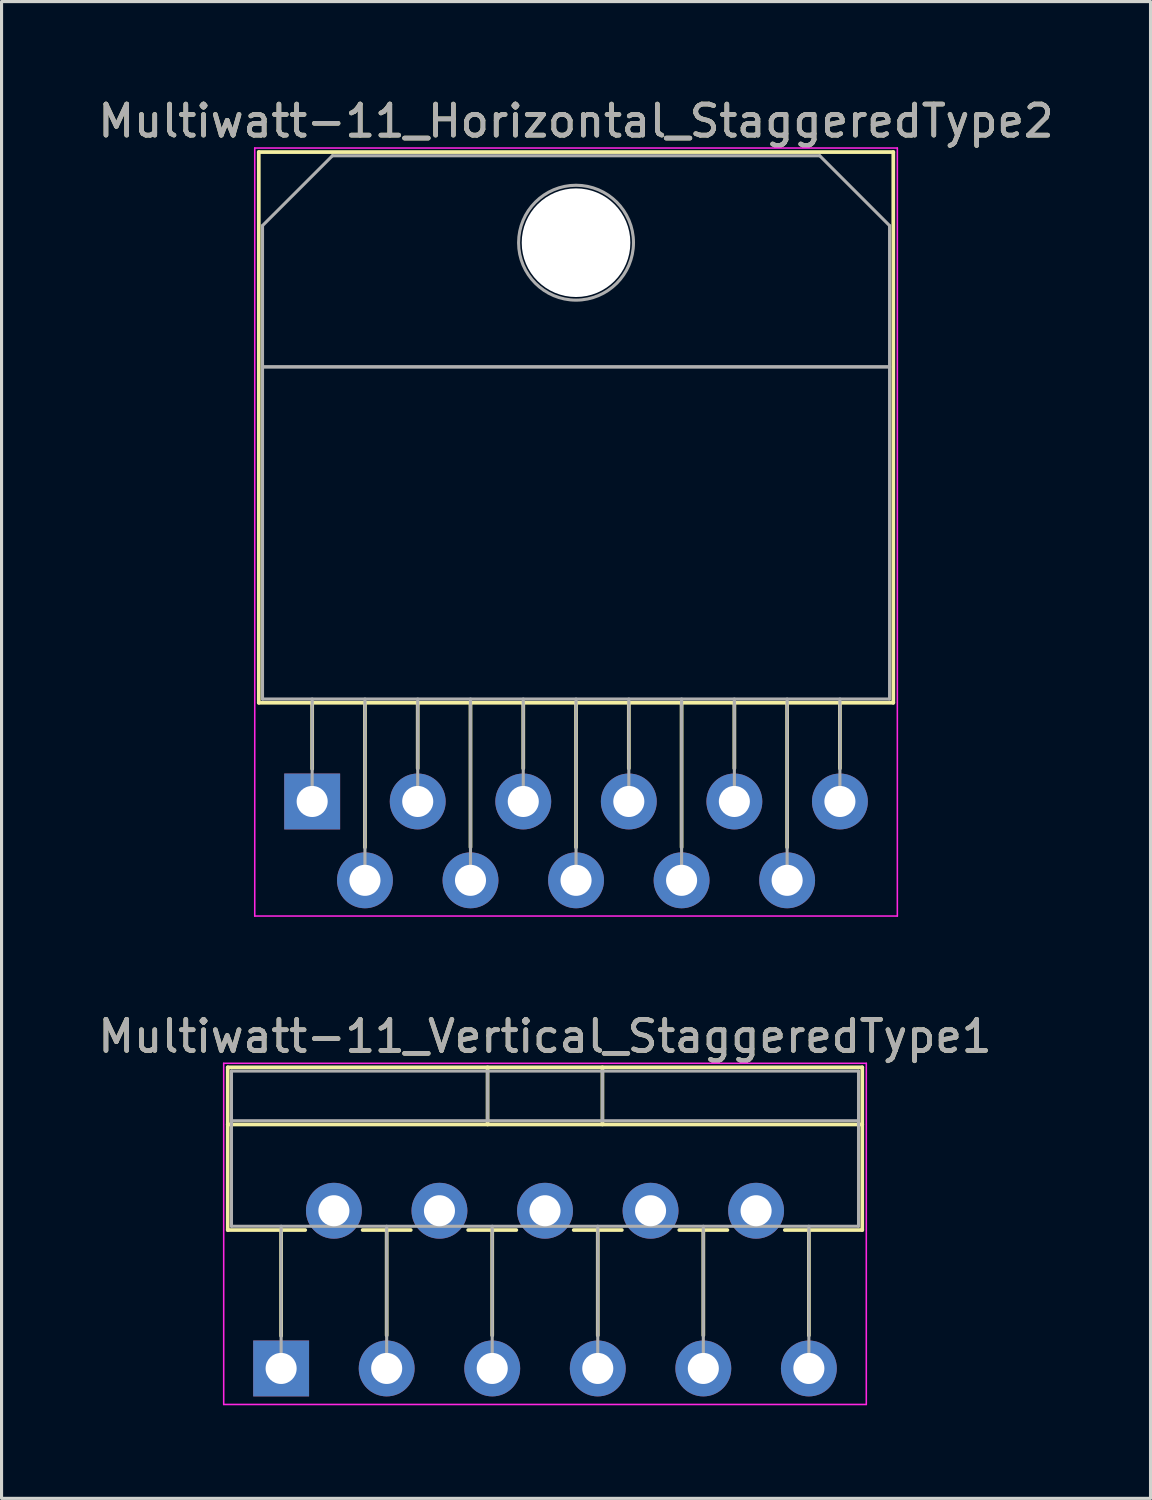
<source format=kicad_pcb>
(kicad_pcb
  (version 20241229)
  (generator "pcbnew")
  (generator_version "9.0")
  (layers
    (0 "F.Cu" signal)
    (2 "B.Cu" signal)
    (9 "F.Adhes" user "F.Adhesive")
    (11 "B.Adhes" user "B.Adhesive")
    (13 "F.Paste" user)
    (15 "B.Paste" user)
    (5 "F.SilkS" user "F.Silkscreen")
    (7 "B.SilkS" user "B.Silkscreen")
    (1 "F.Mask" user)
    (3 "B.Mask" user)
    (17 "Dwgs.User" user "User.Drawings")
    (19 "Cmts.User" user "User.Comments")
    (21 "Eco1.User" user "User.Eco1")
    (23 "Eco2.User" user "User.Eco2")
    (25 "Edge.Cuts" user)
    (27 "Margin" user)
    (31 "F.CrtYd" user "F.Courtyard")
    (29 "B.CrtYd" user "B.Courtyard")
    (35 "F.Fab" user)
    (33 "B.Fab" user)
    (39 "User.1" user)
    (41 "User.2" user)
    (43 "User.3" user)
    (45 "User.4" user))
  (footprint "Multiwatt-11_Vertical_StaggeredType1"
    (layer "F.Cu")
    (at 6.006 41.032)
    (property "Reference" "Multiwatt-11_Vertical_StaggeredType1" (at 8.5 -10.7 0) (layer "F.SilkS") (effects (font (size 1 1) (thickness 0.15))))
    (attr through_hole)
    (fp_line (start -1.72 -9.7) (end -1.72 -4.459) (stroke (width 0.12) (type solid)) (layer "F.SilkS"))
    (fp_line (start -1.72 -9.7) (end 18.72 -9.7) (stroke (width 0.12) (type solid)) (layer "F.SilkS"))
    (fp_line (start -1.72 -7.86) (end 18.72 -7.86) (stroke (width 0.12) (type solid)) (layer "F.SilkS"))
    (fp_line (start -1.72 -4.459) (end 0.776 -4.459) (stroke (width 0.12) (type solid)) (layer "F.SilkS"))
    (fp_line (start 0 -4.459) (end 0 -1.05) (stroke (width 0.12) (type solid)) (layer "F.SilkS"))
    (fp_line (start 2.625 -4.459) (end 4.176 -4.459) (stroke (width 0.12) (type solid)) (layer "F.SilkS"))
    (fp_line (start 3.4 -4.459) (end 3.4 -1.065) (stroke (width 0.12) (type solid)) (layer "F.SilkS"))
    (fp_line (start 6.025 -4.459) (end 7.576 -4.459) (stroke (width 0.12) (type solid)) (layer "F.SilkS"))
    (fp_line (start 6.65 -9.7) (end 6.65 -7.86) (stroke (width 0.12) (type solid)) (layer "F.SilkS"))
    (fp_line (start 6.8 -4.459) (end 6.8 -1.065) (stroke (width 0.12) (type solid)) (layer "F.SilkS"))
    (fp_line (start 9.425 -4.459) (end 10.976 -4.459) (stroke (width 0.12) (type solid)) (layer "F.SilkS"))
    (fp_line (start 10.2 -4.459) (end 10.2 -1.065) (stroke (width 0.12) (type solid)) (layer "F.SilkS"))
    (fp_line (start 10.35 -9.7) (end 10.35 -7.86) (stroke (width 0.12) (type solid)) (layer "F.SilkS"))
    (fp_line (start 12.825 -4.459) (end 14.376 -4.459) (stroke (width 0.12) (type solid)) (layer "F.SilkS"))
    (fp_line (start 13.6 -4.459) (end 13.6 -1.065) (stroke (width 0.12) (type solid)) (layer "F.SilkS"))
    (fp_line (start 16.225 -4.459) (end 18.72 -4.459) (stroke (width 0.12) (type solid)) (layer "F.SilkS"))
    (fp_line (start 17 -4.459) (end 17 -1.065) (stroke (width 0.12) (type solid)) (layer "F.SilkS"))
    (fp_line (start 18.72 -9.7) (end 18.72 -4.459) (stroke (width 0.12) (type solid)) (layer "F.SilkS"))
    (fp_line (start -1.85 -9.83) (end -1.85 1.16) (stroke (width 0.05) (type solid)) (layer "F.CrtYd"))
    (fp_line (start -1.85 1.16) (end 18.85 1.16) (stroke (width 0.05) (type solid)) (layer "F.CrtYd"))
    (fp_line (start 18.85 -9.83) (end -1.85 -9.83) (stroke (width 0.05) (type solid)) (layer "F.CrtYd"))
    (fp_line (start 18.85 1.16) (end 18.85 -9.83) (stroke (width 0.05) (type solid)) (layer "F.CrtYd"))
    (fp_line (start -1.6 -9.58) (end -1.6 -4.58) (stroke (width 0.1) (type solid)) (layer "F.Fab"))
    (fp_line (start -1.6 -7.98) (end 18.6 -7.98) (stroke (width 0.1) (type solid)) (layer "F.Fab"))
    (fp_line (start -1.6 -4.58) (end 18.6 -4.58) (stroke (width 0.1) (type solid)) (layer "F.Fab"))
    (fp_line (start 0 -4.58) (end 0 0) (stroke (width 0.1) (type solid)) (layer "F.Fab"))
    (fp_line (start 3.4 -4.58) (end 3.4 0) (stroke (width 0.1) (type solid)) (layer "F.Fab"))
    (fp_line (start 6.65 -9.58) (end 6.65 -7.98) (stroke (width 0.1) (type solid)) (layer "F.Fab"))
    (fp_line (start 6.8 -4.58) (end 6.8 0) (stroke (width 0.1) (type solid)) (layer "F.Fab"))
    (fp_line (start 10.2 -4.58) (end 10.2 0) (stroke (width 0.1) (type solid)) (layer "F.Fab"))
    (fp_line (start 10.35 -9.58) (end 10.35 -7.98) (stroke (width 0.1) (type solid)) (layer "F.Fab"))
    (fp_line (start 13.6 -4.58) (end 13.6 0) (stroke (width 0.1) (type solid)) (layer "F.Fab"))
    (fp_line (start 17 -4.58) (end 17 0) (stroke (width 0.1) (type solid)) (layer "F.Fab"))
    (fp_line (start 18.6 -9.58) (end -1.6 -9.58) (stroke (width 0.1) (type solid)) (layer "F.Fab"))
    (fp_line (start 18.6 -4.58) (end 18.6 -9.58) (stroke (width 0.1) (type solid)) (layer "F.Fab"))
    (fp_text user "${REFERENCE}" (at 8.5 -10.7 0) (layer "F.Fab") (effects (font (size 1 1) (thickness 0.15))))
    (pad "1" thru_hole rect (at 0 0) (size 1.8 1.8) (drill 1) (layers "*.Cu" "*.Mask"))
    (pad "2" thru_hole oval (at 1.7 -5.08) (size 1.8 1.8) (drill 1) (layers "*.Cu" "*.Mask"))
    (pad "3" thru_hole oval (at 3.4 0) (size 1.8 1.8) (drill 1) (layers "*.Cu" "*.Mask"))
    (pad "4" thru_hole oval (at 5.1 -5.08) (size 1.8 1.8) (drill 1) (layers "*.Cu" "*.Mask"))
    (pad "5" thru_hole oval (at 6.8 0) (size 1.8 1.8) (drill 1) (layers "*.Cu" "*.Mask"))
    (pad "6" thru_hole oval (at 8.5 -5.08) (size 1.8 1.8) (drill 1) (layers "*.Cu" "*.Mask"))
    (pad "7" thru_hole oval (at 10.2 0) (size 1.8 1.8) (drill 1) (layers "*.Cu" "*.Mask"))
    (pad "8" thru_hole oval (at 11.9 -5.08) (size 1.8 1.8) (drill 1) (layers "*.Cu" "*.Mask"))
    (pad "9" thru_hole oval (at 13.6 0) (size 1.8 1.8) (drill 1) (layers "*.Cu" "*.Mask"))
    (pad "10" thru_hole oval (at 15.3 -5.08) (size 1.8 1.8) (drill 1) (layers "*.Cu" "*.Mask"))
    (pad "11" thru_hole oval (at 17 0) (size 1.8 1.8) (drill 1) (layers "*.Cu" "*.Mask")))
  (footprint "Multiwatt-11_Horizontal_StaggeredType2"
    (layer "F.Cu")
    (at 7.006 22.768)
    (property "Reference" "Multiwatt-11_Horizontal_StaggeredType2" (at 8.5 -21.92 0) (layer "F.SilkS") (effects (font (size 1 1) (thickness 0.15))))
    (attr through_hole)
    (fp_line (start -1.72 -20.92) (end -1.72 -3.18) (stroke (width 0.12) (type solid)) (layer "F.SilkS"))
    (fp_line (start -1.72 -20.92) (end 18.72 -20.92) (stroke (width 0.12) (type solid)) (layer "F.SilkS"))
    (fp_line (start -1.72 -3.18) (end 18.72 -3.18) (stroke (width 0.12) (type solid)) (layer "F.SilkS"))
    (fp_line (start 0 -3.18) (end 0 -1.05) (stroke (width 0.12) (type solid)) (layer "F.SilkS"))
    (fp_line (start 1.7 -3.18) (end 1.7 1.475) (stroke (width 0.12) (type solid)) (layer "F.SilkS"))
    (fp_line (start 3.4 -3.18) (end 3.4 -1.066) (stroke (width 0.12) (type solid)) (layer "F.SilkS"))
    (fp_line (start 5.1 -3.18) (end 5.1 1.475) (stroke (width 0.12) (type solid)) (layer "F.SilkS"))
    (fp_line (start 6.8 -3.18) (end 6.8 -1.066) (stroke (width 0.12) (type solid)) (layer "F.SilkS"))
    (fp_line (start 8.5 -3.18) (end 8.5 1.475) (stroke (width 0.12) (type solid)) (layer "F.SilkS"))
    (fp_line (start 10.2 -3.18) (end 10.2 -1.066) (stroke (width 0.12) (type solid)) (layer "F.SilkS"))
    (fp_line (start 11.9 -3.18) (end 11.9 1.475) (stroke (width 0.12) (type solid)) (layer "F.SilkS"))
    (fp_line (start 13.6 -3.18) (end 13.6 -1.066) (stroke (width 0.12) (type solid)) (layer "F.SilkS"))
    (fp_line (start 15.3 -3.18) (end 15.3 1.475) (stroke (width 0.12) (type solid)) (layer "F.SilkS"))
    (fp_line (start 17 -3.18) (end 17 -1.066) (stroke (width 0.12) (type solid)) (layer "F.SilkS"))
    (fp_line (start 18.72 -20.92) (end 18.72 -3.18) (stroke (width 0.12) (type solid)) (layer "F.SilkS"))
    (fp_line (start -1.85 -21.05) (end -1.85 3.69) (stroke (width 0.05) (type solid)) (layer "F.CrtYd"))
    (fp_line (start -1.85 3.69) (end 18.85 3.69) (stroke (width 0.05) (type solid)) (layer "F.CrtYd"))
    (fp_line (start 18.85 -21.05) (end -1.85 -21.05) (stroke (width 0.05) (type solid)) (layer "F.CrtYd"))
    (fp_line (start 18.85 3.69) (end 18.85 -21.05) (stroke (width 0.05) (type solid)) (layer "F.CrtYd"))
    (fp_line (start -1.6 -18.55) (end 0.651 -20.8) (stroke (width 0.1) (type solid)) (layer "F.Fab"))
    (fp_line (start -1.6 -14) (end -1.6 -18.55) (stroke (width 0.1) (type solid)) (layer "F.Fab"))
    (fp_line (start -1.6 -14) (end 18.6 -14) (stroke (width 0.1) (type solid)) (layer "F.Fab"))
    (fp_line (start -1.6 -3.3) (end -1.6 -14) (stroke (width 0.1) (type solid)) (layer "F.Fab"))
    (fp_line (start 0 -3.3) (end 0 0) (stroke (width 0.1) (type solid)) (layer "F.Fab"))
    (fp_line (start 0.651 -20.8) (end 16.351 -20.8) (stroke (width 0.1) (type solid)) (layer "F.Fab"))
    (fp_line (start 1.7 -3.3) (end 1.7 2.54) (stroke (width 0.1) (type solid)) (layer "F.Fab"))
    (fp_line (start 3.4 -3.3) (end 3.4 0) (stroke (width 0.1) (type solid)) (layer "F.Fab"))
    (fp_line (start 5.1 -3.3) (end 5.1 2.54) (stroke (width 0.1) (type solid)) (layer "F.Fab"))
    (fp_line (start 6.8 -3.3) (end 6.8 0) (stroke (width 0.1) (type solid)) (layer "F.Fab"))
    (fp_line (start 8.5 -3.3) (end 8.5 2.54) (stroke (width 0.1) (type solid)) (layer "F.Fab"))
    (fp_line (start 10.2 -3.3) (end 10.2 0) (stroke (width 0.1) (type solid)) (layer "F.Fab"))
    (fp_line (start 11.9 -3.3) (end 11.9 2.54) (stroke (width 0.1) (type solid)) (layer "F.Fab"))
    (fp_line (start 13.6 -3.3) (end 13.6 0) (stroke (width 0.1) (type solid)) (layer "F.Fab"))
    (fp_line (start 15.3 -3.3) (end 15.3 2.54) (stroke (width 0.1) (type solid)) (layer "F.Fab"))
    (fp_line (start 16.351 -20.8) (end 18.6 -18.55) (stroke (width 0.1) (type solid)) (layer "F.Fab"))
    (fp_line (start 17 -3.3) (end 17 0) (stroke (width 0.1) (type solid)) (layer "F.Fab"))
    (fp_line (start 18.6 -18.55) (end 18.6 -14) (stroke (width 0.1) (type solid)) (layer "F.Fab"))
    (fp_line (start 18.6 -14) (end -1.6 -14) (stroke (width 0.1) (type solid)) (layer "F.Fab"))
    (fp_line (start 18.6 -14) (end 18.6 -3.3) (stroke (width 0.1) (type solid)) (layer "F.Fab"))
    (fp_line (start 18.6 -3.3) (end -1.6 -3.3) (stroke (width 0.1) (type solid)) (layer "F.Fab"))
    (fp_circle (center 8.5 -18) (end 10.35 -18) (stroke (width 0.1) (type solid)) (fill no) (layer "F.Fab"))
    (fp_text user "${REFERENCE}" (at 8.5 -21.92 0) (layer "F.Fab") (effects (font (size 1 1) (thickness 0.15))))
    (pad "" np_thru_hole oval (at 8.5 -18) (size 3.5 3.5) (drill 3.5) (layers "*.Cu" "*.Mask"))
    (pad "1" thru_hole rect (at 0 0) (size 1.8 1.8) (drill 1) (layers "*.Cu" "*.Mask"))
    (pad "2" thru_hole oval (at 1.7 2.54) (size 1.8 1.8) (drill 1) (layers "*.Cu" "*.Mask"))
    (pad "3" thru_hole oval (at 3.4 0) (size 1.8 1.8) (drill 1) (layers "*.Cu" "*.Mask"))
    (pad "4" thru_hole oval (at 5.1 2.54) (size 1.8 1.8) (drill 1) (layers "*.Cu" "*.Mask"))
    (pad "5" thru_hole oval (at 6.8 0) (size 1.8 1.8) (drill 1) (layers "*.Cu" "*.Mask"))
    (pad "6" thru_hole oval (at 8.5 2.54) (size 1.8 1.8) (drill 1) (layers "*.Cu" "*.Mask"))
    (pad "7" thru_hole oval (at 10.2 0) (size 1.8 1.8) (drill 1) (layers "*.Cu" "*.Mask"))
    (pad "8" thru_hole oval (at 11.9 2.54) (size 1.8 1.8) (drill 1) (layers "*.Cu" "*.Mask"))
    (pad "9" thru_hole oval (at 13.6 0) (size 1.8 1.8) (drill 1) (layers "*.Cu" "*.Mask"))
    (pad "10" thru_hole oval (at 15.3 2.54) (size 1.8 1.8) (drill 1) (layers "*.Cu" "*.Mask"))
    (pad "11" thru_hole oval (at 17 0) (size 1.8 1.8) (drill 1) (layers "*.Cu" "*.Mask")))
  (gr_rect
    (start -3 -3)
    (end 34.012 45.217)
    (stroke (width 0.1) (type default))
    (fill no)
    (layer "Edge.Cuts")))
</source>
